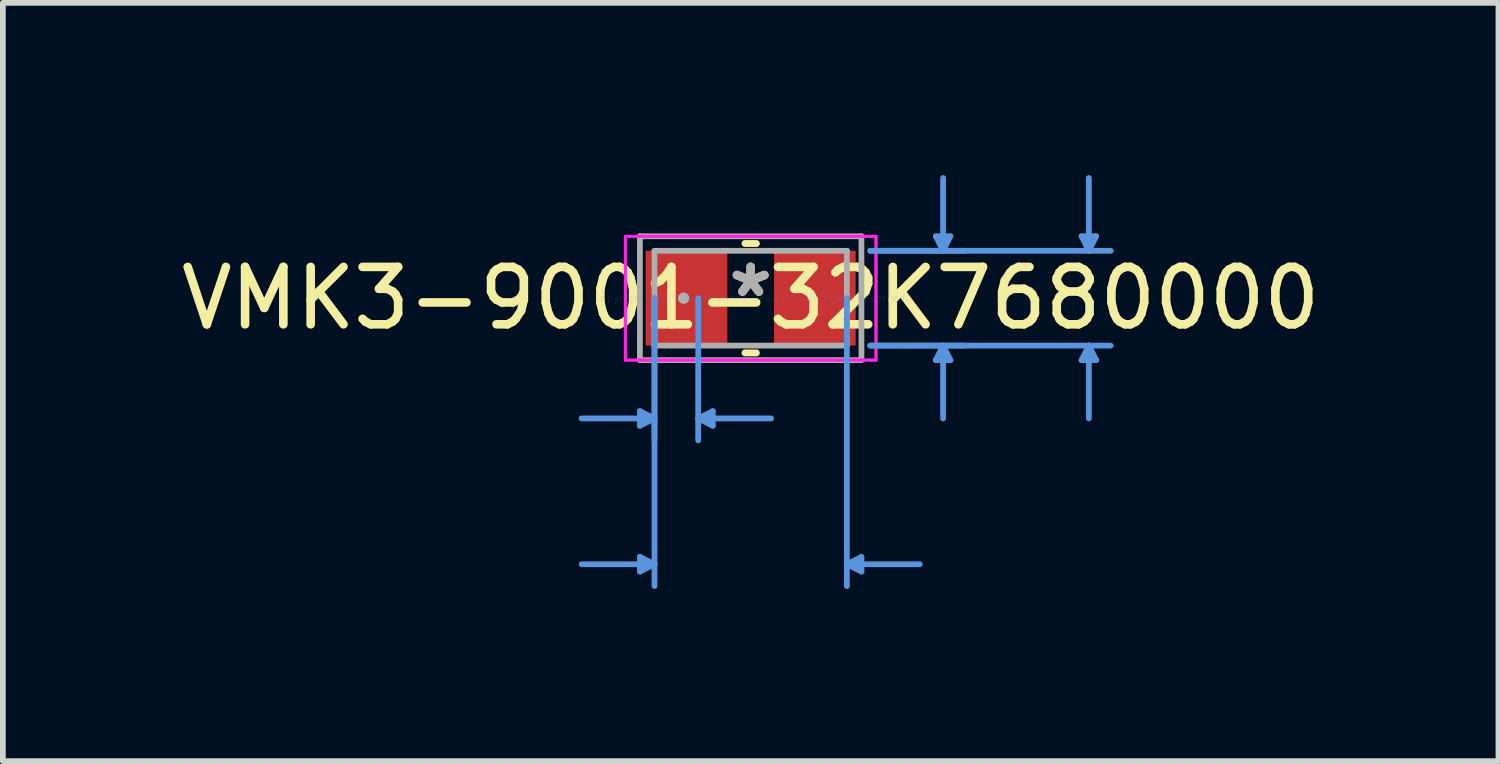
<source format=kicad_pcb>
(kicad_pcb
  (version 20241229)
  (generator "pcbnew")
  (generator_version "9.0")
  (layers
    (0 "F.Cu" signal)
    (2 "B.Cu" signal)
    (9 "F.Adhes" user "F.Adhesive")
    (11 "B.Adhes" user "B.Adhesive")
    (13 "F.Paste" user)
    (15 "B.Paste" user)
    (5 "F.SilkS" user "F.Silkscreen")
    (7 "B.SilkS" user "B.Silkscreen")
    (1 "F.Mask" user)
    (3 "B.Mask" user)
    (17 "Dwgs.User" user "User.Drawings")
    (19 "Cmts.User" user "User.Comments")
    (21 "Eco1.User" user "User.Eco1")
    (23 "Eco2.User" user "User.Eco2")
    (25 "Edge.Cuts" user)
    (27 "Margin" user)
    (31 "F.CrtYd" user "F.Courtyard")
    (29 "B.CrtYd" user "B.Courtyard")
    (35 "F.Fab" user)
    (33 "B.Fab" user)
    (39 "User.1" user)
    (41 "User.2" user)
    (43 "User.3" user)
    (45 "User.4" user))
  (footprint "VMK3-9001-32K7680000"
    (layer "F.Cu")
    (at 10.03 2.146)
    (property "Reference" "VMK3-9001-32K7680000" (at 0 0 0) (layer "F.SilkS") (effects (font (size 1 1) (thickness 0.15))))
    (attr through_hole)
    (fp_line (start -0.099 0.953) (end 0.099 0.953) (stroke (width 0.12) (type solid)) (layer "F.SilkS"))
    (fp_line (start 0.099 -0.953) (end -0.099 -0.953) (stroke (width 0.12) (type solid)) (layer "F.SilkS"))
    (fp_line (start -1.93 1.968) (end -1.93 2.223) (stroke (width 0.1) (type solid)) (layer "Cmts.User"))
    (fp_line (start -1.93 4.508) (end -1.93 4.763) (stroke (width 0.1) (type solid)) (layer "Cmts.User"))
    (fp_line (start -1.676 0) (end -1.676 2.477) (stroke (width 0.1) (type solid)) (layer "Cmts.User"))
    (fp_line (start -1.676 0) (end -1.676 5.016) (stroke (width 0.1) (type solid)) (layer "Cmts.User"))
    (fp_line (start -1.676 2.095) (end -2.946 2.095) (stroke (width 0.1) (type solid)) (layer "Cmts.User"))
    (fp_line (start -1.676 2.095) (end -1.93 1.968) (stroke (width 0.1) (type solid)) (layer "Cmts.User"))
    (fp_line (start -1.676 2.095) (end -1.93 2.223) (stroke (width 0.1) (type solid)) (layer "Cmts.User"))
    (fp_line (start -1.676 4.636) (end -2.946 4.636) (stroke (width 0.1) (type solid)) (layer "Cmts.User"))
    (fp_line (start -1.676 4.636) (end -1.93 4.508) (stroke (width 0.1) (type solid)) (layer "Cmts.User"))
    (fp_line (start -1.676 4.636) (end -1.93 4.763) (stroke (width 0.1) (type solid)) (layer "Cmts.User"))
    (fp_line (start -0.914 0) (end -0.914 2.477) (stroke (width 0.1) (type solid)) (layer "Cmts.User"))
    (fp_line (start -0.914 2.095) (end -0.66 1.968) (stroke (width 0.1) (type solid)) (layer "Cmts.User"))
    (fp_line (start -0.914 2.095) (end -0.66 2.223) (stroke (width 0.1) (type solid)) (layer "Cmts.User"))
    (fp_line (start -0.914 2.095) (end 0.356 2.095) (stroke (width 0.1) (type solid)) (layer "Cmts.User"))
    (fp_line (start -0.66 1.968) (end -0.66 2.223) (stroke (width 0.1) (type solid)) (layer "Cmts.User"))
    (fp_line (start 1.676 0) (end 1.676 5.016) (stroke (width 0.1) (type solid)) (layer "Cmts.User"))
    (fp_line (start 1.676 4.636) (end 1.93 4.508) (stroke (width 0.1) (type solid)) (layer "Cmts.User"))
    (fp_line (start 1.676 4.636) (end 1.93 4.763) (stroke (width 0.1) (type solid)) (layer "Cmts.User"))
    (fp_line (start 1.676 4.636) (end 2.946 4.636) (stroke (width 0.1) (type solid)) (layer "Cmts.User"))
    (fp_line (start 1.93 4.508) (end 1.93 4.763) (stroke (width 0.1) (type solid)) (layer "Cmts.User"))
    (fp_line (start 2.083 -0.826) (end 3.734 -0.826) (stroke (width 0.1) (type solid)) (layer "Cmts.User"))
    (fp_line (start 2.083 -0.826) (end 6.274 -0.826) (stroke (width 0.1) (type solid)) (layer "Cmts.User"))
    (fp_line (start 2.083 0.826) (end 3.734 0.826) (stroke (width 0.1) (type solid)) (layer "Cmts.User"))
    (fp_line (start 2.083 0.826) (end 6.274 0.826) (stroke (width 0.1) (type solid)) (layer "Cmts.User"))
    (fp_line (start 3.226 -1.079) (end 3.48 -1.079) (stroke (width 0.1) (type solid)) (layer "Cmts.User"))
    (fp_line (start 3.226 1.079) (end 3.48 1.079) (stroke (width 0.1) (type solid)) (layer "Cmts.User"))
    (fp_line (start 3.353 -0.826) (end 3.226 -1.079) (stroke (width 0.1) (type solid)) (layer "Cmts.User"))
    (fp_line (start 3.353 -0.826) (end 3.353 -2.095) (stroke (width 0.1) (type solid)) (layer "Cmts.User"))
    (fp_line (start 3.353 -0.826) (end 3.48 -1.079) (stroke (width 0.1) (type solid)) (layer "Cmts.User"))
    (fp_line (start 3.353 0.826) (end 3.226 1.079) (stroke (width 0.1) (type solid)) (layer "Cmts.User"))
    (fp_line (start 3.353 0.826) (end 3.353 2.095) (stroke (width 0.1) (type solid)) (layer "Cmts.User"))
    (fp_line (start 3.353 0.826) (end 3.48 1.079) (stroke (width 0.1) (type solid)) (layer "Cmts.User"))
    (fp_line (start 5.766 -1.079) (end 6.02 -1.079) (stroke (width 0.1) (type solid)) (layer "Cmts.User"))
    (fp_line (start 5.766 1.079) (end 6.02 1.079) (stroke (width 0.1) (type solid)) (layer "Cmts.User"))
    (fp_line (start 5.893 -0.826) (end 5.766 -1.079) (stroke (width 0.1) (type solid)) (layer "Cmts.User"))
    (fp_line (start 5.893 -0.826) (end 5.893 -2.095) (stroke (width 0.1) (type solid)) (layer "Cmts.User"))
    (fp_line (start 5.893 -0.826) (end 6.02 -1.079) (stroke (width 0.1) (type solid)) (layer "Cmts.User"))
    (fp_line (start 5.893 0.826) (end 5.766 1.079) (stroke (width 0.1) (type solid)) (layer "Cmts.User"))
    (fp_line (start 5.893 0.826) (end 5.893 2.095) (stroke (width 0.1) (type solid)) (layer "Cmts.User"))
    (fp_line (start 5.893 0.826) (end 6.02 1.079) (stroke (width 0.1) (type solid)) (layer "Cmts.User"))
    (fp_line (start -2.184 -1.079) (end -1.93 -1.079) (stroke (width 0.05) (type solid)) (layer "F.CrtYd"))
    (fp_line (start -2.184 -1.079) (end -1.93 -1.079) (stroke (width 0.05) (type solid)) (layer "F.CrtYd"))
    (fp_line (start -2.184 1.079) (end -2.184 -1.079) (stroke (width 0.05) (type solid)) (layer "F.CrtYd"))
    (fp_line (start -2.184 1.079) (end -2.184 -1.079) (stroke (width 0.05) (type solid)) (layer "F.CrtYd"))
    (fp_line (start -1.93 -1.079) (end -1.93 -1.079) (stroke (width 0.05) (type solid)) (layer "F.CrtYd"))
    (fp_line (start -1.93 -1.079) (end -1.93 -1.079) (stroke (width 0.05) (type solid)) (layer "F.CrtYd"))
    (fp_line (start -1.93 -1.079) (end 1.93 -1.079) (stroke (width 0.05) (type solid)) (layer "F.CrtYd"))
    (fp_line (start -1.93 -1.079) (end 1.93 -1.079) (stroke (width 0.05) (type solid)) (layer "F.CrtYd"))
    (fp_line (start -1.93 1.079) (end -2.184 1.079) (stroke (width 0.05) (type solid)) (layer "F.CrtYd"))
    (fp_line (start -1.93 1.079) (end -2.184 1.079) (stroke (width 0.05) (type solid)) (layer "F.CrtYd"))
    (fp_line (start -1.93 1.079) (end -1.93 1.079) (stroke (width 0.05) (type solid)) (layer "F.CrtYd"))
    (fp_line (start -1.93 1.079) (end -1.93 1.079) (stroke (width 0.05) (type solid)) (layer "F.CrtYd"))
    (fp_line (start 1.93 -1.079) (end 1.93 -1.079) (stroke (width 0.05) (type solid)) (layer "F.CrtYd"))
    (fp_line (start 1.93 -1.079) (end 1.93 -1.079) (stroke (width 0.05) (type solid)) (layer "F.CrtYd"))
    (fp_line (start 1.93 -1.079) (end 2.184 -1.079) (stroke (width 0.05) (type solid)) (layer "F.CrtYd"))
    (fp_line (start 1.93 -1.079) (end 2.184 -1.079) (stroke (width 0.05) (type solid)) (layer "F.CrtYd"))
    (fp_line (start 1.93 1.079) (end -1.93 1.079) (stroke (width 0.05) (type solid)) (layer "F.CrtYd"))
    (fp_line (start 1.93 1.079) (end -1.93 1.079) (stroke (width 0.05) (type solid)) (layer "F.CrtYd"))
    (fp_line (start 1.93 1.079) (end 1.93 1.079) (stroke (width 0.05) (type solid)) (layer "F.CrtYd"))
    (fp_line (start 1.93 1.079) (end 1.93 1.079) (stroke (width 0.05) (type solid)) (layer "F.CrtYd"))
    (fp_line (start 2.184 -1.079) (end 2.184 1.079) (stroke (width 0.05) (type solid)) (layer "F.CrtYd"))
    (fp_line (start 2.184 -1.079) (end 2.184 1.079) (stroke (width 0.05) (type solid)) (layer "F.CrtYd"))
    (fp_line (start 2.184 1.079) (end 1.93 1.079) (stroke (width 0.05) (type solid)) (layer "F.CrtYd"))
    (fp_line (start 2.184 1.079) (end 1.93 1.079) (stroke (width 0.05) (type solid)) (layer "F.CrtYd"))
    (fp_line (start -1.93 -1.079) (end 1.93 -1.079) (stroke (width 0.1) (type solid)) (layer "F.Fab"))
    (fp_line (start -1.93 1.079) (end -1.93 -1.079) (stroke (width 0.1) (type solid)) (layer "F.Fab"))
    (fp_line (start -1.676 -0.826) (end -1.676 0.826) (stroke (width 0.1) (type solid)) (layer "F.Fab"))
    (fp_line (start -1.676 0.826) (end 1.676 0.826) (stroke (width 0.1) (type solid)) (layer "F.Fab"))
    (fp_line (start 1.676 -0.826) (end -1.676 -0.826) (stroke (width 0.1) (type solid)) (layer "F.Fab"))
    (fp_line (start 1.676 0.826) (end 1.676 -0.826) (stroke (width 0.1) (type solid)) (layer "F.Fab"))
    (fp_line (start 1.93 -1.079) (end 1.93 1.079) (stroke (width 0.1) (type solid)) (layer "F.Fab"))
    (fp_line (start 1.93 1.079) (end -1.93 1.079) (stroke (width 0.1) (type solid)) (layer "F.Fab"))
    (fp_circle (center -1.168 0) (end -1.168 0) (stroke (width 0.1) (type solid)) (fill no) (layer "F.Fab"))
    (fp_text user "*" (at 0 0 0) (layer "F.SilkS") (effects (font (size 1 1) (thickness 0.15))))
    (fp_text user "Copyright 2021 Accelerated Designs. All rights reserved." (at 0 0 0) (layer "Cmts.User") (effects (font (size 0.127 0.127) (thickness 0.002))))
    (fp_text user "*" (at 0 0 0) (layer "F.Fab") (effects (font (size 1 1) (thickness 0.15))))
    (pad "1" smd rect (at -1.118 0 90) (size 1.651 1.422) (layers "F.Cu" "F.Mask" "F.Paste"))
    (pad "2" smd rect (at 1.118 0 90) (size 1.651 1.422) (layers "F.Cu" "F.Mask" "F.Paste")))
  (gr_rect
    (start -3 -3)
    (end 23.06 10.212)
    (stroke (width 0.1) (type default))
    (fill no)
    (layer "Edge.Cuts")))
</source>
